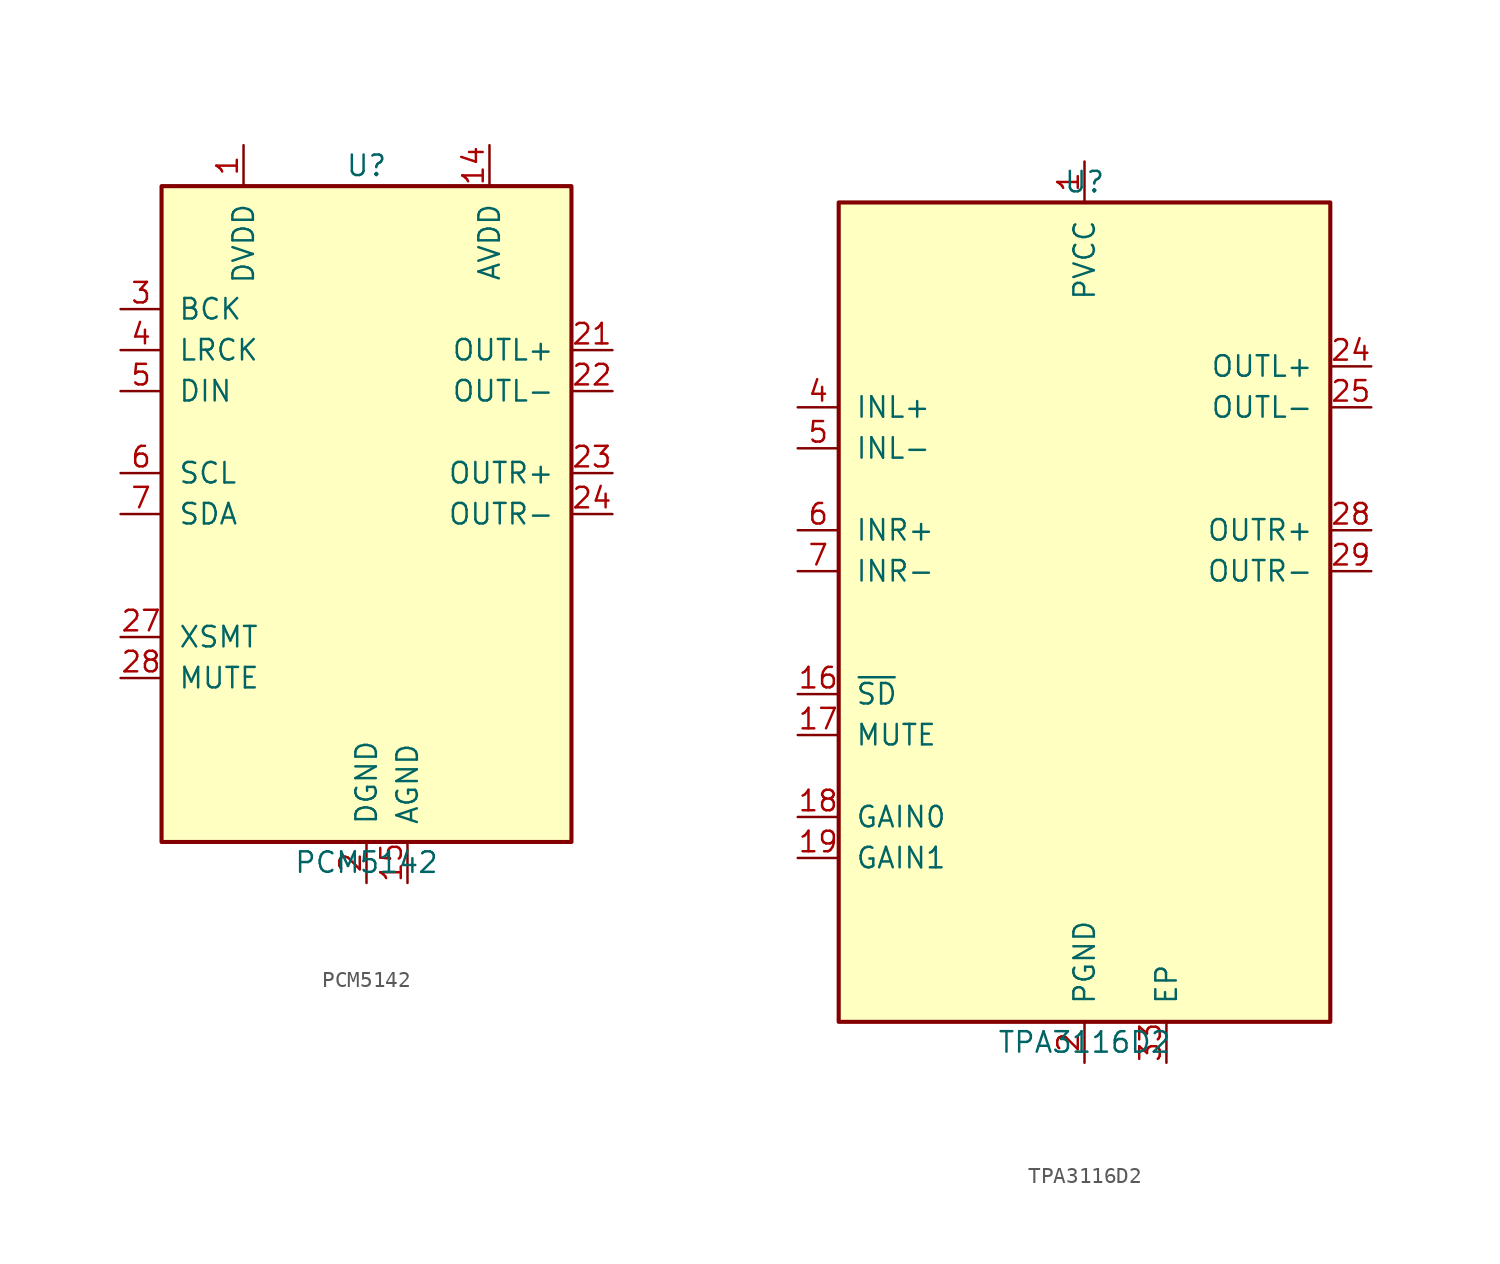
<source format=kicad_sym>
(kicad_symbol_lib
  (version 20231120)
  (generator "kicad_symbol_editor")
  (generator_version "8.0")
  (symbol "PCM5142"
    (pin_names
      (offset 1.016))
    (property "Reference" "U"
      (at 0 21.59 0)
      (effects (font (size 1.27 1.27))))
    (property "Value" "PCM5142"
      (at 0 -21.59 0)
      (effects (font (size 1.27 1.27))))
    (symbol "PCM5142_0_1"
      (rectangle (start -12.7 20.32) (end 12.7 -20.32) (stroke (width 0.254) (type default)) (fill (type background))))
    (symbol "PCM5142_1_1"
      (pin input line (at -15.24 12.7 0) (length 2.54) (name "BCK" (effects (font (size 1.27 1.27)))) (number "3" (effects (font (size 1.27 1.27)))))
      (pin input line (at -15.24 10.16 0) (length 2.54) (name "LRCK" (effects (font (size 1.27 1.27)))) (number "4" (effects (font (size 1.27 1.27)))))
      (pin input line (at -15.24 7.62 0) (length 2.54) (name "DIN" (effects (font (size 1.27 1.27)))) (number "5" (effects (font (size 1.27 1.27)))))
      (pin input line (at -15.24 2.54 0) (length 2.54) (name "SCL" (effects (font (size 1.27 1.27)))) (number "6" (effects (font (size 1.27 1.27)))))
      (pin bidirectional line (at -15.24 0 0) (length 2.54) (name "SDA" (effects (font (size 1.27 1.27)))) (number "7" (effects (font (size 1.27 1.27)))))
      (pin input line (at -15.24 -7.62 0) (length 2.54) (name "XSMT" (effects (font (size 1.27 1.27)))) (number "27" (effects (font (size 1.27 1.27)))))
      (pin input line (at -15.24 -10.16 0) (length 2.54) (name "MUTE" (effects (font (size 1.27 1.27)))) (number "28" (effects (font (size 1.27 1.27)))))
      (pin power_in line (at -7.62 22.86 270) (length 2.54) (name "DVDD" (effects (font (size 1.27 1.27)))) (number "1" (effects (font (size 1.27 1.27)))))
      (pin power_in line (at 0 -22.86 90) (length 2.54) (name "DGND" (effects (font (size 1.27 1.27)))) (number "2" (effects (font (size 1.27 1.27)))))
      (pin power_in line (at 2.54 -22.86 90) (length 2.54) (name "AGND" (effects (font (size 1.27 1.27)))) (number "15" (effects (font (size 1.27 1.27)))))
      (pin power_in line (at 7.62 22.86 270) (length 2.54) (name "AVDD" (effects (font (size 1.27 1.27)))) (number "14" (effects (font (size 1.27 1.27)))))
      (pin output line (at 15.24 10.16 180) (length 2.54) (name "OUTL+" (effects (font (size 1.27 1.27)))) (number "21" (effects (font (size 1.27 1.27)))))
      (pin output line (at 15.24 7.62 180) (length 2.54) (name "OUTL-" (effects (font (size 1.27 1.27)))) (number "22" (effects (font (size 1.27 1.27)))))
      (pin output line (at 15.24 2.54 180) (length 2.54) (name "OUTR+" (effects (font (size 1.27 1.27)))) (number "23" (effects (font (size 1.27 1.27)))))
      (pin output line (at 15.24 0 180) (length 2.54) (name "OUTR-" (effects (font (size 1.27 1.27)))) (number "24" (effects (font (size 1.27 1.27)))))))
  (symbol "TPA3116D2"
    (pin_names
      (offset 1.016))
    (property "Reference" "U"
      (at 0 26.67 0)
      (effects (font (size 1.27 1.27))))
    (property "Value" "TPA3116D2"
      (at 0 -26.67 0)
      (effects (font (size 1.27 1.27))))
    (symbol "TPA3116D2_0_1"
      (rectangle (start -15.24 25.4) (end 15.24 -25.4) (stroke (width 0.254) (type default)) (fill (type background))))
    (symbol "TPA3116D2_1_1"
      (pin input line (at -17.78 12.7 0) (length 2.54) (name "INL+" (effects (font (size 1.27 1.27)))) (number "4" (effects (font (size 1.27 1.27)))))
      (pin input line (at -17.78 10.16 0) (length 2.54) (name "INL-" (effects (font (size 1.27 1.27)))) (number "5" (effects (font (size 1.27 1.27)))))
      (pin input line (at -17.78 5.08 0) (length 2.54) (name "INR+" (effects (font (size 1.27 1.27)))) (number "6" (effects (font (size 1.27 1.27)))))
      (pin input line (at -17.78 2.54 0) (length 2.54) (name "INR-" (effects (font (size 1.27 1.27)))) (number "7" (effects (font (size 1.27 1.27)))))
      (pin input line (at -17.78 -5.08 0) (length 2.54) (name "~{SD}" (effects (font (size 1.27 1.27)))) (number "16" (effects (font (size 1.27 1.27)))))
      (pin input line (at -17.78 -7.62 0) (length 2.54) (name "MUTE" (effects (font (size 1.27 1.27)))) (number "17" (effects (font (size 1.27 1.27)))))
      (pin input line (at -17.78 -12.7 0) (length 2.54) (name "GAIN0" (effects (font (size 1.27 1.27)))) (number "18" (effects (font (size 1.27 1.27)))))
      (pin input line (at -17.78 -15.24 0) (length 2.54) (name "GAIN1" (effects (font (size 1.27 1.27)))) (number "19" (effects (font (size 1.27 1.27)))))
      (pin power_in line (at 0 27.94 270) (length 2.54) (name "PVCC" (effects (font (size 1.27 1.27)))) (number "1" (effects (font (size 1.27 1.27)))))
      (pin power_in line (at 0 -27.94 90) (length 2.54) (name "PGND" (effects (font (size 1.27 1.27)))) (number "2" (effects (font (size 1.27 1.27)))))
      (pin passive line (at 5.08 -27.94 90) (length 2.54) (name "EP" (effects (font (size 1.27 1.27)))) (number "33" (effects (font (size 1.27 1.27)))))
      (pin output line (at 17.78 15.24 180) (length 2.54) (name "OUTL+" (effects (font (size 1.27 1.27)))) (number "24" (effects (font (size 1.27 1.27)))))
      (pin output line (at 17.78 12.7 180) (length 2.54) (name "OUTL-" (effects (font (size 1.27 1.27)))) (number "25" (effects (font (size 1.27 1.27)))))
      (pin output line (at 17.78 5.08 180) (length 2.54) (name "OUTR+" (effects (font (size 1.27 1.27)))) (number "28" (effects (font (size 1.27 1.27)))))
      (pin output line (at 17.78 2.54 180) (length 2.54) (name "OUTR-" (effects (font (size 1.27 1.27)))) (number "29" (effects (font (size 1.27 1.27))))))))
</source>
